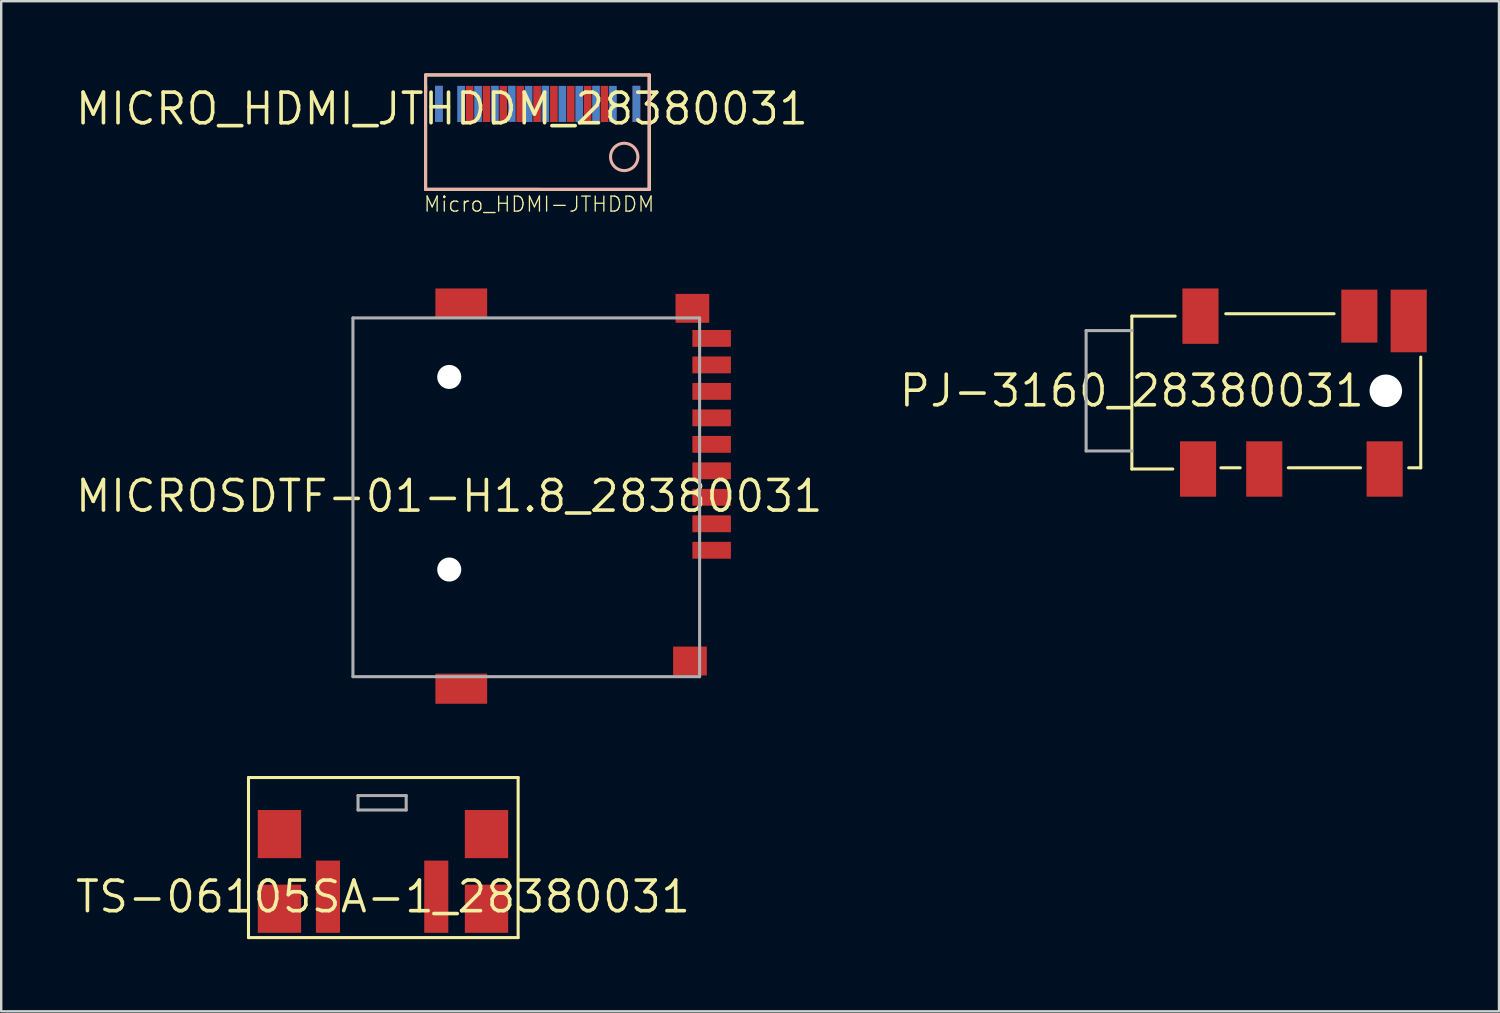
<source format=kicad_pcb>
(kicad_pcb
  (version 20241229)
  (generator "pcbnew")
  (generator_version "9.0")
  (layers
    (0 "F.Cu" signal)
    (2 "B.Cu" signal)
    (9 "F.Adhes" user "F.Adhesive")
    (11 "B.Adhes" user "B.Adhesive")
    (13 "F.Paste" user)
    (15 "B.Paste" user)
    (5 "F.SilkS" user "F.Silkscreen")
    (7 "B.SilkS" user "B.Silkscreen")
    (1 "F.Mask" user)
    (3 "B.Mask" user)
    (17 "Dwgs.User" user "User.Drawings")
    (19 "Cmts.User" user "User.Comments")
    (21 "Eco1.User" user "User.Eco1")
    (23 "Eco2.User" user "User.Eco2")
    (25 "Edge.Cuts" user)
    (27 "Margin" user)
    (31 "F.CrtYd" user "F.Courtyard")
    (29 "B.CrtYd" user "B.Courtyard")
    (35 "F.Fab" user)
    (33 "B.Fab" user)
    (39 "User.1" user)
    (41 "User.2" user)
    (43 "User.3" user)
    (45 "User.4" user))
  (footprint "MICROSDTF-01-H1.8_28380031"
    (layer "F.Cu")
    (at 15.61 17.557)
    (property "Reference" "MICROSDTF-01-H1.8_28380031" (at 0 0 0) (layer "F.SilkS") (effects (font (size 1.27 1.27) (thickness 0.15))))
    (fp_line (start -4 -7.4) (end 10.4 -7.4) (stroke (width 0.127) (type solid)) (layer "F.Fab"))
    (fp_line (start -4 7.5) (end -4 -7.4) (stroke (width 0.127) (type solid)) (layer "F.Fab"))
    (fp_line (start 10.4 -7.4) (end 10.4 7.5) (stroke (width 0.127) (type solid)) (layer "F.Fab"))
    (fp_line (start 10.4 7.5) (end -4 7.5) (stroke (width 0.127) (type solid)) (layer "F.Fab"))
    (pad "" np_thru_hole circle (at 0 -4.95) (size 1 1) (drill 1) (layers "*.Cu" "*.Mask"))
    (pad "" np_thru_hole circle (at 0 3.05) (size 1 1) (drill 1) (layers "*.Cu" "*.Mask"))
    (pad "CD$1" smd rect (at 10.9 -6.55) (size 1.6 0.7) (layers "F.Cu" "F.Mask" "F.Paste"))
    (pad "GND$1" smd rect (at 0.5 8) (size 2.15 1.25) (layers "F.Cu" "F.Mask" "F.Paste"))
    (pad "GND$2" smd rect (at 0.5 -8) (size 2.15 1.25) (layers "F.Cu" "F.Mask" "F.Paste"))
    (pad "GND$3" smd rect (at 10.1 -7.8) (size 1.4 1.2) (layers "F.Cu" "F.Mask" "F.Paste"))
    (pad "GND$4" smd rect (at 10 6.85) (size 1.4 1.2) (layers "F.Cu" "F.Mask" "F.Paste"))
    (pad "P$1" smd rect (at 10.9 2.25) (size 1.6 0.7) (layers "F.Cu" "F.Mask" "F.Paste"))
    (pad "P$2" smd rect (at 10.9 1.15) (size 1.6 0.7) (layers "F.Cu" "F.Mask" "F.Paste"))
    (pad "P$3" smd rect (at 10.9 0.05) (size 1.6 0.7) (layers "F.Cu" "F.Mask" "F.Paste"))
    (pad "P$4" smd rect (at 10.9 -1.05) (size 1.6 0.7) (layers "F.Cu" "F.Mask" "F.Paste"))
    (pad "P$5" smd rect (at 10.9 -2.15) (size 1.6 0.7) (layers "F.Cu" "F.Mask" "F.Paste"))
    (pad "P$6" smd rect (at 10.9 -3.25) (size 1.6 0.7) (layers "F.Cu" "F.Mask" "F.Paste"))
    (pad "P$7" smd rect (at 10.9 -4.35) (size 1.6 0.7) (layers "F.Cu" "F.Mask" "F.Paste"))
    (pad "P$8" smd rect (at 10.9 -5.45) (size 1.6 0.7) (layers "F.Cu" "F.Mask" "F.Paste")))
  (footprint "PJ-3160_28380031"
    (layer "F.Cu")
    (at 43.964 13.182)
    (property "Reference" "PJ-3160_28380031" (at 0 0 0) (layer "F.SilkS") (effects (font (size 1.27 1.27) (thickness 0.15))))
    (fp_line (start 0 -3.1) (end 0 3.25) (stroke (width 0.127) (type solid)) (layer "F.SilkS"))
    (fp_line (start 0 -3.1) (end 1.8 -3.1) (stroke (width 0.127) (type solid)) (layer "F.SilkS"))
    (fp_line (start 0 3.25) (end 1.7 3.25) (stroke (width 0.127) (type solid)) (layer "F.SilkS"))
    (fp_line (start 3.7 3.2) (end 4.5 3.2) (stroke (width 0.127) (type solid)) (layer "F.SilkS"))
    (fp_line (start 3.9 -3.2) (end 8.4 -3.2) (stroke (width 0.127) (type solid)) (layer "F.SilkS"))
    (fp_line (start 6.5 3.2) (end 9.5 3.2) (stroke (width 0.127) (type solid)) (layer "F.SilkS"))
    (fp_line (start 12 -1.4) (end 12 3.2) (stroke (width 0.127) (type solid)) (layer "F.SilkS"))
    (fp_line (start 12 3.2) (end 11.5 3.2) (stroke (width 0.127) (type solid)) (layer "F.SilkS"))
    (fp_line (start -1.9 2.5) (end -1.9 -2.5) (stroke (width 0.127) (type solid)) (layer "F.Fab"))
    (fp_line (start 0 -2.5) (end -1.9 -2.5) (stroke (width 0.127) (type solid)) (layer "F.Fab"))
    (fp_line (start 0 2.5) (end -1.9 2.5) (stroke (width 0.127) (type solid)) (layer "F.Fab"))
    (pad "" np_thru_hole circle (at 10.55 0) (size 1.35 1.35) (drill 1.35) (layers "*.Cu" "*.Mask"))
    (pad "1" smd rect (at 2.75 3.25 90) (size 2.3 1.5) (layers "F.Cu" "F.Mask" "F.Paste"))
    (pad "2" smd rect (at 2.85 -3.1 90) (size 2.3 1.5) (layers "F.Cu" "F.Mask" "F.Paste"))
    (pad "3" smd rect (at 5.5 3.25 90) (size 2.3 1.5) (layers "F.Cu" "F.Mask" "F.Paste"))
    (pad "4" smd rect (at 9.45 -3.1 90) (size 2.2 1.5) (layers "F.Cu" "F.Mask" "F.Paste"))
    (pad "5" smd rect (at 10.5 3.25 90) (size 2.3 1.5) (layers "F.Cu" "F.Mask" "F.Paste"))
    (pad "6" smd rect (at 11.5 -2.9 90) (size 2.6 1.5) (layers "F.Cu" "F.Mask" "F.Paste")))
  (footprint "MICRO_HDMI_JTHDDM_28380031"
    (layer "F.Cu")
    (at 15.308 1.468)
    (property "Reference" "MICRO_HDMI_JTHDDM_28380031" (at 0 0 0) (layer "F.SilkS") (effects (font (size 1.27 1.27) (thickness 0.15))))
    (fp_poly (pts (xy -0.32 0.56) (xy 0.05 0.56) (xy 0.05 -1.005) (xy -0.32 -1.005)) (stroke (width 0) (type default)) (fill yes) (layer "F.Mask"))
    (fp_poly (pts (xy 7.89 0.57) (xy 8.26 0.57) (xy 8.26 -0.995) (xy 7.89 -0.995)) (stroke (width 0) (type default)) (fill yes) (layer "F.Mask"))
    (fp_poly (pts (xy -0.315 0.565) (xy 0.045 0.565) (xy 0.045 -0.995) (xy -0.315 -0.995)) (stroke (width 0) (type default)) (fill yes) (layer "B.Mask"))
    (fp_poly (pts (xy 7.885 0.575) (xy 8.245 0.575) (xy 8.245 -0.985) (xy 7.885 -0.985)) (stroke (width 0) (type default)) (fill yes) (layer "B.Mask"))
    (fp_line (start -0.68 -1.405) (end -0.68 -0.725) (stroke (width 0.127) (type solid)) (layer "F.SilkS"))
    (fp_line (start -0.68 -0.97) (end -0.68 3.345) (stroke (width 0.127) (type solid)) (layer "F.SilkS"))
    (fp_line (start -0.68 3.345) (end 8.615 3.35) (stroke (width 0.127) (type solid)) (layer "F.SilkS"))
    (fp_line (start 8.615 -1.405) (end -0.68 -1.405) (stroke (width 0.127) (type solid)) (layer "F.SilkS"))
    (fp_line (start 8.615 3.35) (end 8.615 -1.405) (stroke (width 0.127) (type solid)) (layer "F.SilkS"))
    (fp_line (start -0.68 -1.405) (end -0.68 3.345) (stroke (width 0.127) (type solid)) (layer "B.SilkS"))
    (fp_line (start -0.68 3.345) (end 8.6 3.345) (stroke (width 0.127) (type solid)) (layer "B.SilkS"))
    (fp_line (start 8.6 -1.405) (end -0.67 -1.405) (stroke (width 0.127) (type solid)) (layer "B.SilkS"))
    (fp_line (start 8.6 3.345) (end 8.6 -1.405) (stroke (width 0.127) (type solid)) (layer "B.SilkS"))
    (fp_circle (center 7.57 2) (end 8.139 2) (stroke (width 0.127) (type solid)) (fill no) (layer "B.SilkS"))
    (fp_poly (pts (xy -0.37 0.61) (xy 0.1 0.61) (xy 0.1 -1.05) (xy -0.37 -1.05)) (stroke (width 0) (type default)) (fill yes) (layer "F.Paste"))
    (fp_poly (pts (xy 7.84 0.625) (xy 8.31 0.625) (xy 8.31 -1.035) (xy 7.84 -1.035)) (stroke (width 0) (type default)) (fill yes) (layer "F.Paste"))
    (fp_poly (pts (xy -0.37 0.615) (xy 0.1 0.615) (xy 0.1 -1.045) (xy -0.37 -1.045)) (stroke (width 0) (type default)) (fill yes) (layer "B.Paste"))
    (fp_poly (pts (xy 7.835 0.62) (xy 8.305 0.62) (xy 8.305 -1.04) (xy 7.835 -1.04)) (stroke (width 0) (type default)) (fill yes) (layer "B.Paste"))
    (fp_text user "Micro_HDMI-JTHDDM" (at -0.8 4.33 0) (unlocked yes) (layer "F.SilkS") (effects (font (size 0.624 0.624) (thickness 0.054)) (justify left bottom)))
    (pad "1" smd rect (at 7.1 -0.2) (size 0.32 1.5) (layers "B.Cu" "B.Mask" "B.Paste"))
    (pad "2" smd rect (at 6.75 -0.2) (size 0.32 1.5) (layers "F.Cu" "F.Mask" "F.Paste"))
    (pad "3" smd rect (at 6.4 -0.205) (size 0.32 1.5) (layers "B.Cu" "B.Mask" "B.Paste"))
    (pad "4" smd rect (at 6.05 -0.2) (size 0.32 1.5) (layers "F.Cu" "F.Mask" "F.Paste"))
    (pad "5" smd rect (at 5.7 -0.2) (size 0.32 1.5) (layers "B.Cu" "B.Mask" "B.Paste"))
    (pad "6" smd rect (at 5.35 -0.2) (size 0.32 1.5) (layers "F.Cu" "F.Mask" "F.Paste"))
    (pad "7" smd rect (at 5 -0.2) (size 0.32 1.5) (layers "B.Cu" "B.Mask" "B.Paste"))
    (pad "8" smd rect (at 4.65 -0.2) (size 0.32 1.5) (layers "F.Cu" "F.Mask" "F.Paste"))
    (pad "9" smd rect (at 4.295 -0.205) (size 0.32 1.5) (layers "B.Cu" "B.Mask" "B.Paste"))
    (pad "10" smd rect (at 3.95 -0.2) (size 0.32 1.5) (layers "F.Cu" "F.Mask" "F.Paste"))
    (pad "11" smd rect (at 3.6 -0.2) (size 0.32 1.5) (layers "B.Cu" "B.Mask" "B.Paste"))
    (pad "12" smd rect (at 3.25 -0.2) (size 0.32 1.5) (layers "F.Cu" "F.Mask" "F.Paste"))
    (pad "13" smd rect (at 2.9 -0.205) (size 0.32 1.5) (layers "B.Cu" "B.Mask" "B.Paste"))
    (pad "14" smd rect (at 2.55 -0.2) (size 0.32 1.5) (layers "F.Cu" "F.Mask" "F.Paste"))
    (pad "15" smd rect (at 2.2 -0.205) (size 0.32 1.5) (layers "B.Cu" "B.Mask" "B.Paste"))
    (pad "16" smd rect (at 1.85 -0.2 90) (size 1.5 0.32) (layers "F.Cu" "F.Mask" "F.Paste"))
    (pad "17" smd rect (at 1.5 -0.2) (size 0.32 1.5) (layers "B.Cu" "B.Mask" "B.Paste"))
    (pad "18" smd rect (at 1.15 -0.2 90) (size 1.5 0.32) (layers "F.Cu" "F.Mask" "F.Paste"))
    (pad "19" smd rect (at 0.795 -0.2) (size 0.32 1.5) (layers "B.Cu" "B.Mask" "B.Paste"))
    (pad "S1" smd rect (at -0.127 -0.203 180) (size 0.32 1.5) (layers "F.Cu" "F.Mask" "F.Paste"))
    (pad "S2" smd rect (at -0.127 -0.203 180) (size 0.32 1.5) (layers "B.Cu" "B.Mask" "B.Paste"))
    (pad "S3" smd rect (at 8.077 -0.203 180) (size 0.32 1.5) (layers "F.Cu" "F.Mask" "F.Paste"))
    (pad "S4" smd rect (at 8.077 -0.203 180) (size 0.32 1.5) (layers "B.Cu" "B.Mask" "B.Paste")))
  (footprint "TS-06105SA-1_28380031"
    (layer "F.Cu")
    (at 12.858 34.196)
    (property "Reference" "TS-06105SA-1_28380031" (at 0 0 0) (layer "F.SilkS") (effects (font (size 1.27 1.27) (thickness 0.15))))
    (fp_line (start -5.586 -4.95) (end -5.586 1.7) (stroke (width 0.127) (type solid)) (layer "F.SilkS"))
    (fp_line (start -5.586 1.7) (end 5.614 1.7) (stroke (width 0.127) (type solid)) (layer "F.SilkS"))
    (fp_line (start 5.614 -4.95) (end -5.586 -4.95) (stroke (width 0.127) (type solid)) (layer "F.SilkS"))
    (fp_line (start 5.614 1.7) (end 5.614 -4.95) (stroke (width 0.127) (type solid)) (layer "F.SilkS"))
    (fp_line (start -1.036 -4.2) (end -1.036 -3.6) (stroke (width 0.127) (type solid)) (layer "F.Fab"))
    (fp_line (start -1.036 -3.6) (end 0.964 -3.6) (stroke (width 0.127) (type solid)) (layer "F.Fab"))
    (fp_line (start 0.964 -4.2) (end -1.036 -4.2) (stroke (width 0.127) (type solid)) (layer "F.Fab"))
    (fp_line (start 0.964 -3.6) (end 0.964 -4.2) (stroke (width 0.127) (type solid)) (layer "F.Fab"))
    (pad "A" smd rect (at -2.286 0) (size 1 3) (layers "F.Cu" "F.Mask" "F.Paste"))
    (pad "B" smd rect (at 2.214 0) (size 1 3) (layers "F.Cu" "F.Mask" "F.Paste"))
    (pad "M1" smd rect (at -4.3 -2.6) (size 1.8 2) (layers "F.Cu" "F.Mask" "F.Paste"))
    (pad "M2" smd rect (at -4.3 0.5) (size 1.8 2) (layers "F.Cu" "F.Mask" "F.Paste"))
    (pad "M3" smd rect (at 4.3 0.5) (size 1.8 2) (layers "F.Cu" "F.Mask" "F.Paste"))
    (pad "M4" smd rect (at 4.3 -2.6) (size 1.8 2) (layers "F.Cu" "F.Mask" "F.Paste")))
  (gr_rect
    (start -3 -3)
    (end 59.214 38.959)
    (stroke (width 0.1) (type default))
    (fill no)
    (layer "Edge.Cuts")))
</source>
